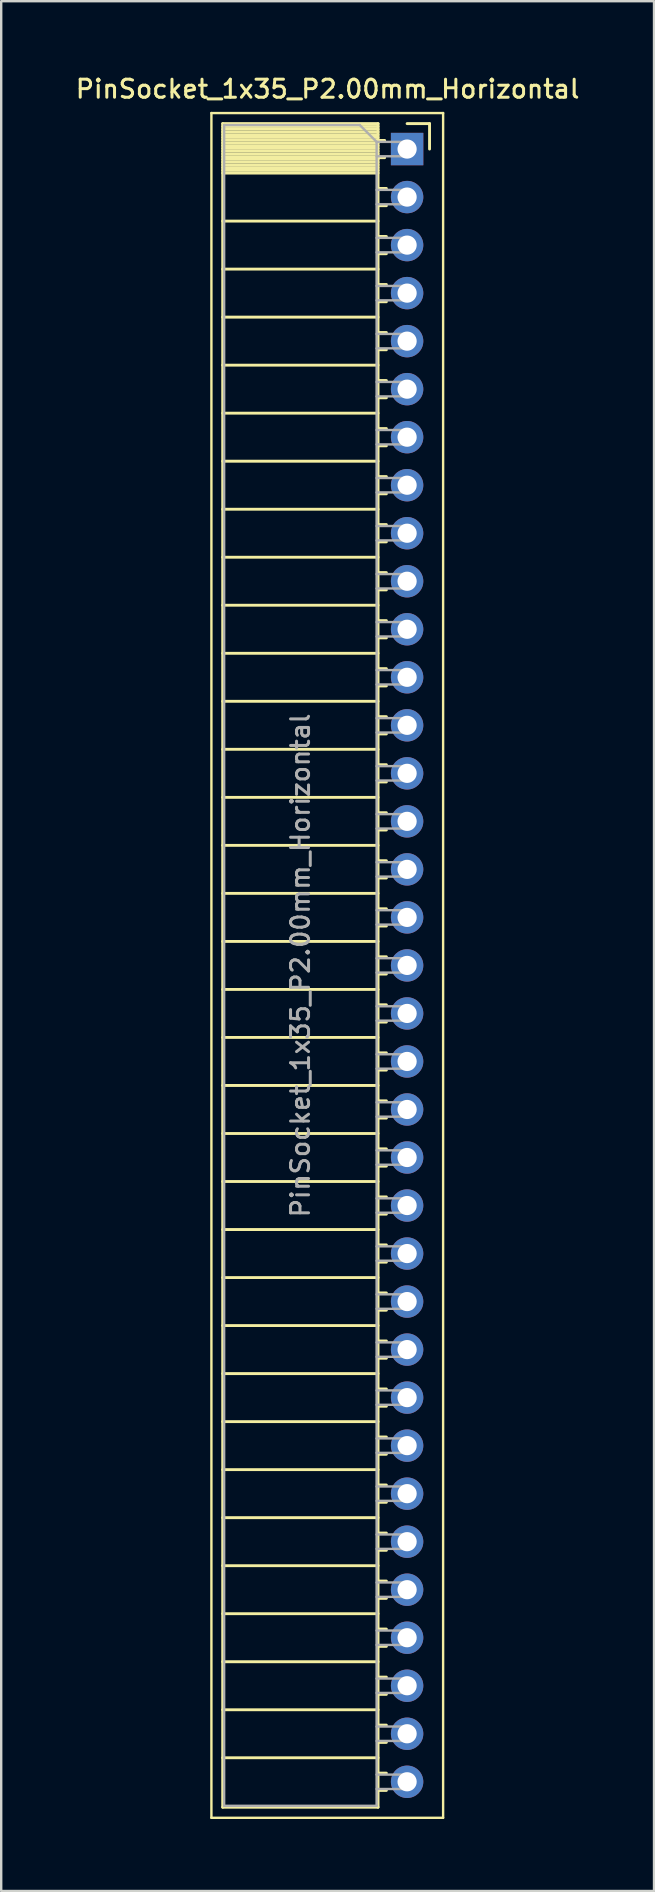
<source format=kicad_pcb>
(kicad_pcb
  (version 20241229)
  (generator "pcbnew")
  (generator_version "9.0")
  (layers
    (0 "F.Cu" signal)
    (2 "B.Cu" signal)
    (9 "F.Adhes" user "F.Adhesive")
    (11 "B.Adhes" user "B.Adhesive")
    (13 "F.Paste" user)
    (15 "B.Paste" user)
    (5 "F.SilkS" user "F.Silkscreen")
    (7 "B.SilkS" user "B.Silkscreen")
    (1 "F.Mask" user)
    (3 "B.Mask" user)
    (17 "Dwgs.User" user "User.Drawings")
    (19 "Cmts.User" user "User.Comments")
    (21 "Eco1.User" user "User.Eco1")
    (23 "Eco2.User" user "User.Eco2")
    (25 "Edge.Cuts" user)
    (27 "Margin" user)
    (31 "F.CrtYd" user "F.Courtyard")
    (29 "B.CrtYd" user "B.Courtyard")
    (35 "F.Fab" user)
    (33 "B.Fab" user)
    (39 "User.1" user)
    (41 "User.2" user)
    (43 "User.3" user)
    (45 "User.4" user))
  (footprint "PinSocket_1x35_P2.00mm_Horizontal"
    (layer "F.Cu")
    (at 13.905 3.158)
    (property "Reference" "PinSocket_1x35_P2.00mm_Horizontal" (at -3.31 -2.5 0) (layer "F.SilkS") (effects (font (size 0.75 0.75) (thickness 0.125))))
    (attr through_hole)
    (fp_line (start -8.15 -1.5) (end -8.15 69.5) (stroke (width 0.1) (type solid)) (layer "F.SilkS"))
    (fp_line (start -8.15 69.5) (end 1.5 69.5) (stroke (width 0.1) (type solid)) (layer "F.SilkS"))
    (fp_line (start -7.68 -1.06) (end -7.68 69.06) (stroke (width 0.12) (type solid)) (layer "F.SilkS"))
    (fp_line (start -7.68 -1.06) (end -1.21 -1.06) (stroke (width 0.12) (type solid)) (layer "F.SilkS"))
    (fp_line (start -7.68 -0.94) (end -1.21 -0.94) (stroke (width 0.12) (type solid)) (layer "F.SilkS"))
    (fp_line (start -7.68 -0.826) (end -1.21 -0.826) (stroke (width 0.12) (type solid)) (layer "F.SilkS"))
    (fp_line (start -7.68 -0.712) (end -1.21 -0.712) (stroke (width 0.12) (type solid)) (layer "F.SilkS"))
    (fp_line (start -7.68 -0.598) (end -1.21 -0.598) (stroke (width 0.12) (type solid)) (layer "F.SilkS"))
    (fp_line (start -7.68 -0.484) (end -1.21 -0.484) (stroke (width 0.12) (type solid)) (layer "F.SilkS"))
    (fp_line (start -7.68 -0.369) (end -1.21 -0.369) (stroke (width 0.12) (type solid)) (layer "F.SilkS"))
    (fp_line (start -7.68 -0.255) (end -1.21 -0.255) (stroke (width 0.12) (type solid)) (layer "F.SilkS"))
    (fp_line (start -7.68 -0.141) (end -1.21 -0.141) (stroke (width 0.12) (type solid)) (layer "F.SilkS"))
    (fp_line (start -7.68 -0.027) (end -1.21 -0.027) (stroke (width 0.12) (type solid)) (layer "F.SilkS"))
    (fp_line (start -7.68 0.087) (end -1.21 0.087) (stroke (width 0.12) (type solid)) (layer "F.SilkS"))
    (fp_line (start -7.68 0.201) (end -1.21 0.201) (stroke (width 0.12) (type solid)) (layer "F.SilkS"))
    (fp_line (start -7.68 0.315) (end -1.21 0.315) (stroke (width 0.12) (type solid)) (layer "F.SilkS"))
    (fp_line (start -7.68 0.429) (end -1.21 0.429) (stroke (width 0.12) (type solid)) (layer "F.SilkS"))
    (fp_line (start -7.68 0.544) (end -1.21 0.544) (stroke (width 0.12) (type solid)) (layer "F.SilkS"))
    (fp_line (start -7.68 0.658) (end -1.21 0.658) (stroke (width 0.12) (type solid)) (layer "F.SilkS"))
    (fp_line (start -7.68 0.772) (end -1.21 0.772) (stroke (width 0.12) (type solid)) (layer "F.SilkS"))
    (fp_line (start -7.68 0.886) (end -1.21 0.886) (stroke (width 0.12) (type solid)) (layer "F.SilkS"))
    (fp_line (start -7.68 1) (end -1.21 1) (stroke (width 0.12) (type solid)) (layer "F.SilkS"))
    (fp_line (start -7.68 3) (end -1.21 3) (stroke (width 0.12) (type solid)) (layer "F.SilkS"))
    (fp_line (start -7.68 5) (end -1.21 5) (stroke (width 0.12) (type solid)) (layer "F.SilkS"))
    (fp_line (start -7.68 7) (end -1.21 7) (stroke (width 0.12) (type solid)) (layer "F.SilkS"))
    (fp_line (start -7.68 9) (end -1.21 9) (stroke (width 0.12) (type solid)) (layer "F.SilkS"))
    (fp_line (start -7.68 11) (end -1.21 11) (stroke (width 0.12) (type solid)) (layer "F.SilkS"))
    (fp_line (start -7.68 13) (end -1.21 13) (stroke (width 0.12) (type solid)) (layer "F.SilkS"))
    (fp_line (start -7.68 15) (end -1.21 15) (stroke (width 0.12) (type solid)) (layer "F.SilkS"))
    (fp_line (start -7.68 17) (end -1.21 17) (stroke (width 0.12) (type solid)) (layer "F.SilkS"))
    (fp_line (start -7.68 19) (end -1.21 19) (stroke (width 0.12) (type solid)) (layer "F.SilkS"))
    (fp_line (start -7.68 21) (end -1.21 21) (stroke (width 0.12) (type solid)) (layer "F.SilkS"))
    (fp_line (start -7.68 23) (end -1.21 23) (stroke (width 0.12) (type solid)) (layer "F.SilkS"))
    (fp_line (start -7.68 25) (end -1.21 25) (stroke (width 0.12) (type solid)) (layer "F.SilkS"))
    (fp_line (start -7.68 27) (end -1.21 27) (stroke (width 0.12) (type solid)) (layer "F.SilkS"))
    (fp_line (start -7.68 29) (end -1.21 29) (stroke (width 0.12) (type solid)) (layer "F.SilkS"))
    (fp_line (start -7.68 31) (end -1.21 31) (stroke (width 0.12) (type solid)) (layer "F.SilkS"))
    (fp_line (start -7.68 33) (end -1.21 33) (stroke (width 0.12) (type solid)) (layer "F.SilkS"))
    (fp_line (start -7.68 35) (end -1.21 35) (stroke (width 0.12) (type solid)) (layer "F.SilkS"))
    (fp_line (start -7.68 37) (end -1.21 37) (stroke (width 0.12) (type solid)) (layer "F.SilkS"))
    (fp_line (start -7.68 39) (end -1.21 39) (stroke (width 0.12) (type solid)) (layer "F.SilkS"))
    (fp_line (start -7.68 41) (end -1.21 41) (stroke (width 0.12) (type solid)) (layer "F.SilkS"))
    (fp_line (start -7.68 43) (end -1.21 43) (stroke (width 0.12) (type solid)) (layer "F.SilkS"))
    (fp_line (start -7.68 45) (end -1.21 45) (stroke (width 0.12) (type solid)) (layer "F.SilkS"))
    (fp_line (start -7.68 47) (end -1.21 47) (stroke (width 0.12) (type solid)) (layer "F.SilkS"))
    (fp_line (start -7.68 49) (end -1.21 49) (stroke (width 0.12) (type solid)) (layer "F.SilkS"))
    (fp_line (start -7.68 51) (end -1.21 51) (stroke (width 0.12) (type solid)) (layer "F.SilkS"))
    (fp_line (start -7.68 53) (end -1.21 53) (stroke (width 0.12) (type solid)) (layer "F.SilkS"))
    (fp_line (start -7.68 55) (end -1.21 55) (stroke (width 0.12) (type solid)) (layer "F.SilkS"))
    (fp_line (start -7.68 57) (end -1.21 57) (stroke (width 0.12) (type solid)) (layer "F.SilkS"))
    (fp_line (start -7.68 59) (end -1.21 59) (stroke (width 0.12) (type solid)) (layer "F.SilkS"))
    (fp_line (start -7.68 61) (end -1.21 61) (stroke (width 0.12) (type solid)) (layer "F.SilkS"))
    (fp_line (start -7.68 63) (end -1.21 63) (stroke (width 0.12) (type solid)) (layer "F.SilkS"))
    (fp_line (start -7.68 65) (end -1.21 65) (stroke (width 0.12) (type solid)) (layer "F.SilkS"))
    (fp_line (start -7.68 67) (end -1.21 67) (stroke (width 0.12) (type solid)) (layer "F.SilkS"))
    (fp_line (start -7.68 69.06) (end -1.21 69.06) (stroke (width 0.12) (type solid)) (layer "F.SilkS"))
    (fp_line (start -1.21 -1.06) (end -1.21 69.06) (stroke (width 0.12) (type solid)) (layer "F.SilkS"))
    (fp_line (start -1.21 -0.36) (end -0.935 -0.36) (stroke (width 0.12) (type solid)) (layer "F.SilkS"))
    (fp_line (start -1.21 0.36) (end -0.935 0.36) (stroke (width 0.12) (type solid)) (layer "F.SilkS"))
    (fp_line (start -1.21 1.64) (end -0.863 1.64) (stroke (width 0.12) (type solid)) (layer "F.SilkS"))
    (fp_line (start -1.21 2.36) (end -0.863 2.36) (stroke (width 0.12) (type solid)) (layer "F.SilkS"))
    (fp_line (start -1.21 3.64) (end -0.863 3.64) (stroke (width 0.12) (type solid)) (layer "F.SilkS"))
    (fp_line (start -1.21 4.36) (end -0.863 4.36) (stroke (width 0.12) (type solid)) (layer "F.SilkS"))
    (fp_line (start -1.21 5.64) (end -0.863 5.64) (stroke (width 0.12) (type solid)) (layer "F.SilkS"))
    (fp_line (start -1.21 6.36) (end -0.863 6.36) (stroke (width 0.12) (type solid)) (layer "F.SilkS"))
    (fp_line (start -1.21 7.64) (end -0.863 7.64) (stroke (width 0.12) (type solid)) (layer "F.SilkS"))
    (fp_line (start -1.21 8.36) (end -0.863 8.36) (stroke (width 0.12) (type solid)) (layer "F.SilkS"))
    (fp_line (start -1.21 9.64) (end -0.863 9.64) (stroke (width 0.12) (type solid)) (layer "F.SilkS"))
    (fp_line (start -1.21 10.36) (end -0.863 10.36) (stroke (width 0.12) (type solid)) (layer "F.SilkS"))
    (fp_line (start -1.21 11.64) (end -0.863 11.64) (stroke (width 0.12) (type solid)) (layer "F.SilkS"))
    (fp_line (start -1.21 12.36) (end -0.863 12.36) (stroke (width 0.12) (type solid)) (layer "F.SilkS"))
    (fp_line (start -1.21 13.64) (end -0.863 13.64) (stroke (width 0.12) (type solid)) (layer "F.SilkS"))
    (fp_line (start -1.21 14.36) (end -0.863 14.36) (stroke (width 0.12) (type solid)) (layer "F.SilkS"))
    (fp_line (start -1.21 15.64) (end -0.863 15.64) (stroke (width 0.12) (type solid)) (layer "F.SilkS"))
    (fp_line (start -1.21 16.36) (end -0.863 16.36) (stroke (width 0.12) (type solid)) (layer "F.SilkS"))
    (fp_line (start -1.21 17.64) (end -0.863 17.64) (stroke (width 0.12) (type solid)) (layer "F.SilkS"))
    (fp_line (start -1.21 18.36) (end -0.863 18.36) (stroke (width 0.12) (type solid)) (layer "F.SilkS"))
    (fp_line (start -1.21 19.64) (end -0.863 19.64) (stroke (width 0.12) (type solid)) (layer "F.SilkS"))
    (fp_line (start -1.21 20.36) (end -0.863 20.36) (stroke (width 0.12) (type solid)) (layer "F.SilkS"))
    (fp_line (start -1.21 21.64) (end -0.863 21.64) (stroke (width 0.12) (type solid)) (layer "F.SilkS"))
    (fp_line (start -1.21 22.36) (end -0.863 22.36) (stroke (width 0.12) (type solid)) (layer "F.SilkS"))
    (fp_line (start -1.21 23.64) (end -0.863 23.64) (stroke (width 0.12) (type solid)) (layer "F.SilkS"))
    (fp_line (start -1.21 24.36) (end -0.863 24.36) (stroke (width 0.12) (type solid)) (layer "F.SilkS"))
    (fp_line (start -1.21 25.64) (end -0.863 25.64) (stroke (width 0.12) (type solid)) (layer "F.SilkS"))
    (fp_line (start -1.21 26.36) (end -0.863 26.36) (stroke (width 0.12) (type solid)) (layer "F.SilkS"))
    (fp_line (start -1.21 27.64) (end -0.863 27.64) (stroke (width 0.12) (type solid)) (layer "F.SilkS"))
    (fp_line (start -1.21 28.36) (end -0.863 28.36) (stroke (width 0.12) (type solid)) (layer "F.SilkS"))
    (fp_line (start -1.21 29.64) (end -0.863 29.64) (stroke (width 0.12) (type solid)) (layer "F.SilkS"))
    (fp_line (start -1.21 30.36) (end -0.863 30.36) (stroke (width 0.12) (type solid)) (layer "F.SilkS"))
    (fp_line (start -1.21 31.64) (end -0.863 31.64) (stroke (width 0.12) (type solid)) (layer "F.SilkS"))
    (fp_line (start -1.21 32.36) (end -0.863 32.36) (stroke (width 0.12) (type solid)) (layer "F.SilkS"))
    (fp_line (start -1.21 33.64) (end -0.863 33.64) (stroke (width 0.12) (type solid)) (layer "F.SilkS"))
    (fp_line (start -1.21 34.36) (end -0.863 34.36) (stroke (width 0.12) (type solid)) (layer "F.SilkS"))
    (fp_line (start -1.21 35.64) (end -0.863 35.64) (stroke (width 0.12) (type solid)) (layer "F.SilkS"))
    (fp_line (start -1.21 36.36) (end -0.863 36.36) (stroke (width 0.12) (type solid)) (layer "F.SilkS"))
    (fp_line (start -1.21 37.64) (end -0.863 37.64) (stroke (width 0.12) (type solid)) (layer "F.SilkS"))
    (fp_line (start -1.21 38.36) (end -0.863 38.36) (stroke (width 0.12) (type solid)) (layer "F.SilkS"))
    (fp_line (start -1.21 39.64) (end -0.863 39.64) (stroke (width 0.12) (type solid)) (layer "F.SilkS"))
    (fp_line (start -1.21 40.36) (end -0.863 40.36) (stroke (width 0.12) (type solid)) (layer "F.SilkS"))
    (fp_line (start -1.21 41.64) (end -0.863 41.64) (stroke (width 0.12) (type solid)) (layer "F.SilkS"))
    (fp_line (start -1.21 42.36) (end -0.863 42.36) (stroke (width 0.12) (type solid)) (layer "F.SilkS"))
    (fp_line (start -1.21 43.64) (end -0.863 43.64) (stroke (width 0.12) (type solid)) (layer "F.SilkS"))
    (fp_line (start -1.21 44.36) (end -0.863 44.36) (stroke (width 0.12) (type solid)) (layer "F.SilkS"))
    (fp_line (start -1.21 45.64) (end -0.863 45.64) (stroke (width 0.12) (type solid)) (layer "F.SilkS"))
    (fp_line (start -1.21 46.36) (end -0.863 46.36) (stroke (width 0.12) (type solid)) (layer "F.SilkS"))
    (fp_line (start -1.21 47.64) (end -0.863 47.64) (stroke (width 0.12) (type solid)) (layer "F.SilkS"))
    (fp_line (start -1.21 48.36) (end -0.863 48.36) (stroke (width 0.12) (type solid)) (layer "F.SilkS"))
    (fp_line (start -1.21 49.64) (end -0.863 49.64) (stroke (width 0.12) (type solid)) (layer "F.SilkS"))
    (fp_line (start -1.21 50.36) (end -0.863 50.36) (stroke (width 0.12) (type solid)) (layer "F.SilkS"))
    (fp_line (start -1.21 51.64) (end -0.863 51.64) (stroke (width 0.12) (type solid)) (layer "F.SilkS"))
    (fp_line (start -1.21 52.36) (end -0.863 52.36) (stroke (width 0.12) (type solid)) (layer "F.SilkS"))
    (fp_line (start -1.21 53.64) (end -0.863 53.64) (stroke (width 0.12) (type solid)) (layer "F.SilkS"))
    (fp_line (start -1.21 54.36) (end -0.863 54.36) (stroke (width 0.12) (type solid)) (layer "F.SilkS"))
    (fp_line (start -1.21 55.64) (end -0.863 55.64) (stroke (width 0.12) (type solid)) (layer "F.SilkS"))
    (fp_line (start -1.21 56.36) (end -0.863 56.36) (stroke (width 0.12) (type solid)) (layer "F.SilkS"))
    (fp_line (start -1.21 57.64) (end -0.863 57.64) (stroke (width 0.12) (type solid)) (layer "F.SilkS"))
    (fp_line (start -1.21 58.36) (end -0.863 58.36) (stroke (width 0.12) (type solid)) (layer "F.SilkS"))
    (fp_line (start -1.21 59.64) (end -0.863 59.64) (stroke (width 0.12) (type solid)) (layer "F.SilkS"))
    (fp_line (start -1.21 60.36) (end -0.863 60.36) (stroke (width 0.12) (type solid)) (layer "F.SilkS"))
    (fp_line (start -1.21 61.64) (end -0.863 61.64) (stroke (width 0.12) (type solid)) (layer "F.SilkS"))
    (fp_line (start -1.21 62.36) (end -0.863 62.36) (stroke (width 0.12) (type solid)) (layer "F.SilkS"))
    (fp_line (start -1.21 63.64) (end -0.863 63.64) (stroke (width 0.12) (type solid)) (layer "F.SilkS"))
    (fp_line (start -1.21 64.36) (end -0.863 64.36) (stroke (width 0.12) (type solid)) (layer "F.SilkS"))
    (fp_line (start -1.21 65.64) (end -0.863 65.64) (stroke (width 0.12) (type solid)) (layer "F.SilkS"))
    (fp_line (start -1.21 66.36) (end -0.863 66.36) (stroke (width 0.12) (type solid)) (layer "F.SilkS"))
    (fp_line (start -1.21 67.64) (end -0.863 67.64) (stroke (width 0.12) (type solid)) (layer "F.SilkS"))
    (fp_line (start -1.21 68.36) (end -0.863 68.36) (stroke (width 0.12) (type solid)) (layer "F.SilkS"))
    (fp_line (start 0 -1.06) (end 0.935 -1.06) (stroke (width 0.12) (type solid)) (layer "F.SilkS"))
    (fp_line (start 0.935 -1.06) (end 0.935 0) (stroke (width 0.12) (type solid)) (layer "F.SilkS"))
    (fp_line (start 1.5 -1.5) (end -8.15 -1.5) (stroke (width 0.1) (type solid)) (layer "F.SilkS"))
    (fp_line (start 1.5 69.5) (end 1.5 -1.5) (stroke (width 0.1) (type solid)) (layer "F.SilkS"))
    (fp_line (start -7.62 -1) (end -1.97 -1) (stroke (width 0.1) (type solid)) (layer "F.Fab"))
    (fp_line (start -7.62 69) (end -7.62 -1) (stroke (width 0.1) (type solid)) (layer "F.Fab"))
    (fp_line (start -1.97 -1) (end -1.27 -0.3) (stroke (width 0.1) (type solid)) (layer "F.Fab"))
    (fp_line (start -1.27 -0.3) (end -1.27 69) (stroke (width 0.1) (type solid)) (layer "F.Fab"))
    (fp_line (start -1.27 0.3) (end 0 0.3) (stroke (width 0.1) (type solid)) (layer "F.Fab"))
    (fp_line (start -1.27 2.3) (end 0 2.3) (stroke (width 0.1) (type solid)) (layer "F.Fab"))
    (fp_line (start -1.27 4.3) (end 0 4.3) (stroke (width 0.1) (type solid)) (layer "F.Fab"))
    (fp_line (start -1.27 6.3) (end 0 6.3) (stroke (width 0.1) (type solid)) (layer "F.Fab"))
    (fp_line (start -1.27 8.3) (end 0 8.3) (stroke (width 0.1) (type solid)) (layer "F.Fab"))
    (fp_line (start -1.27 10.3) (end 0 10.3) (stroke (width 0.1) (type solid)) (layer "F.Fab"))
    (fp_line (start -1.27 12.3) (end 0 12.3) (stroke (width 0.1) (type solid)) (layer "F.Fab"))
    (fp_line (start -1.27 14.3) (end 0 14.3) (stroke (width 0.1) (type solid)) (layer "F.Fab"))
    (fp_line (start -1.27 16.3) (end 0 16.3) (stroke (width 0.1) (type solid)) (layer "F.Fab"))
    (fp_line (start -1.27 18.3) (end 0 18.3) (stroke (width 0.1) (type solid)) (layer "F.Fab"))
    (fp_line (start -1.27 20.3) (end 0 20.3) (stroke (width 0.1) (type solid)) (layer "F.Fab"))
    (fp_line (start -1.27 22.3) (end 0 22.3) (stroke (width 0.1) (type solid)) (layer "F.Fab"))
    (fp_line (start -1.27 24.3) (end 0 24.3) (stroke (width 0.1) (type solid)) (layer "F.Fab"))
    (fp_line (start -1.27 26.3) (end 0 26.3) (stroke (width 0.1) (type solid)) (layer "F.Fab"))
    (fp_line (start -1.27 28.3) (end 0 28.3) (stroke (width 0.1) (type solid)) (layer "F.Fab"))
    (fp_line (start -1.27 30.3) (end 0 30.3) (stroke (width 0.1) (type solid)) (layer "F.Fab"))
    (fp_line (start -1.27 32.3) (end 0 32.3) (stroke (width 0.1) (type solid)) (layer "F.Fab"))
    (fp_line (start -1.27 34.3) (end 0 34.3) (stroke (width 0.1) (type solid)) (layer "F.Fab"))
    (fp_line (start -1.27 36.3) (end 0 36.3) (stroke (width 0.1) (type solid)) (layer "F.Fab"))
    (fp_line (start -1.27 38.3) (end 0 38.3) (stroke (width 0.1) (type solid)) (layer "F.Fab"))
    (fp_line (start -1.27 40.3) (end 0 40.3) (stroke (width 0.1) (type solid)) (layer "F.Fab"))
    (fp_line (start -1.27 42.3) (end 0 42.3) (stroke (width 0.1) (type solid)) (layer "F.Fab"))
    (fp_line (start -1.27 44.3) (end 0 44.3) (stroke (width 0.1) (type solid)) (layer "F.Fab"))
    (fp_line (start -1.27 46.3) (end 0 46.3) (stroke (width 0.1) (type solid)) (layer "F.Fab"))
    (fp_line (start -1.27 48.3) (end 0 48.3) (stroke (width 0.1) (type solid)) (layer "F.Fab"))
    (fp_line (start -1.27 50.3) (end 0 50.3) (stroke (width 0.1) (type solid)) (layer "F.Fab"))
    (fp_line (start -1.27 52.3) (end 0 52.3) (stroke (width 0.1) (type solid)) (layer "F.Fab"))
    (fp_line (start -1.27 54.3) (end 0 54.3) (stroke (width 0.1) (type solid)) (layer "F.Fab"))
    (fp_line (start -1.27 56.3) (end 0 56.3) (stroke (width 0.1) (type solid)) (layer "F.Fab"))
    (fp_line (start -1.27 58.3) (end 0 58.3) (stroke (width 0.1) (type solid)) (layer "F.Fab"))
    (fp_line (start -1.27 60.3) (end 0 60.3) (stroke (width 0.1) (type solid)) (layer "F.Fab"))
    (fp_line (start -1.27 62.3) (end 0 62.3) (stroke (width 0.1) (type solid)) (layer "F.Fab"))
    (fp_line (start -1.27 64.3) (end 0 64.3) (stroke (width 0.1) (type solid)) (layer "F.Fab"))
    (fp_line (start -1.27 66.3) (end 0 66.3) (stroke (width 0.1) (type solid)) (layer "F.Fab"))
    (fp_line (start -1.27 68.3) (end 0 68.3) (stroke (width 0.1) (type solid)) (layer "F.Fab"))
    (fp_line (start -1.27 69) (end -7.62 69) (stroke (width 0.1) (type solid)) (layer "F.Fab"))
    (fp_line (start 0 -0.3) (end -1.27 -0.3) (stroke (width 0.1) (type solid)) (layer "F.Fab"))
    (fp_line (start 0 0.3) (end 0 -0.3) (stroke (width 0.1) (type solid)) (layer "F.Fab"))
    (fp_line (start 0 1.7) (end -1.27 1.7) (stroke (width 0.1) (type solid)) (layer "F.Fab"))
    (fp_line (start 0 2.3) (end 0 1.7) (stroke (width 0.1) (type solid)) (layer "F.Fab"))
    (fp_line (start 0 3.7) (end -1.27 3.7) (stroke (width 0.1) (type solid)) (layer "F.Fab"))
    (fp_line (start 0 4.3) (end 0 3.7) (stroke (width 0.1) (type solid)) (layer "F.Fab"))
    (fp_line (start 0 5.7) (end -1.27 5.7) (stroke (width 0.1) (type solid)) (layer "F.Fab"))
    (fp_line (start 0 6.3) (end 0 5.7) (stroke (width 0.1) (type solid)) (layer "F.Fab"))
    (fp_line (start 0 7.7) (end -1.27 7.7) (stroke (width 0.1) (type solid)) (layer "F.Fab"))
    (fp_line (start 0 8.3) (end 0 7.7) (stroke (width 0.1) (type solid)) (layer "F.Fab"))
    (fp_line (start 0 9.7) (end -1.27 9.7) (stroke (width 0.1) (type solid)) (layer "F.Fab"))
    (fp_line (start 0 10.3) (end 0 9.7) (stroke (width 0.1) (type solid)) (layer "F.Fab"))
    (fp_line (start 0 11.7) (end -1.27 11.7) (stroke (width 0.1) (type solid)) (layer "F.Fab"))
    (fp_line (start 0 12.3) (end 0 11.7) (stroke (width 0.1) (type solid)) (layer "F.Fab"))
    (fp_line (start 0 13.7) (end -1.27 13.7) (stroke (width 0.1) (type solid)) (layer "F.Fab"))
    (fp_line (start 0 14.3) (end 0 13.7) (stroke (width 0.1) (type solid)) (layer "F.Fab"))
    (fp_line (start 0 15.7) (end -1.27 15.7) (stroke (width 0.1) (type solid)) (layer "F.Fab"))
    (fp_line (start 0 16.3) (end 0 15.7) (stroke (width 0.1) (type solid)) (layer "F.Fab"))
    (fp_line (start 0 17.7) (end -1.27 17.7) (stroke (width 0.1) (type solid)) (layer "F.Fab"))
    (fp_line (start 0 18.3) (end 0 17.7) (stroke (width 0.1) (type solid)) (layer "F.Fab"))
    (fp_line (start 0 19.7) (end -1.27 19.7) (stroke (width 0.1) (type solid)) (layer "F.Fab"))
    (fp_line (start 0 20.3) (end 0 19.7) (stroke (width 0.1) (type solid)) (layer "F.Fab"))
    (fp_line (start 0 21.7) (end -1.27 21.7) (stroke (width 0.1) (type solid)) (layer "F.Fab"))
    (fp_line (start 0 22.3) (end 0 21.7) (stroke (width 0.1) (type solid)) (layer "F.Fab"))
    (fp_line (start 0 23.7) (end -1.27 23.7) (stroke (width 0.1) (type solid)) (layer "F.Fab"))
    (fp_line (start 0 24.3) (end 0 23.7) (stroke (width 0.1) (type solid)) (layer "F.Fab"))
    (fp_line (start 0 25.7) (end -1.27 25.7) (stroke (width 0.1) (type solid)) (layer "F.Fab"))
    (fp_line (start 0 26.3) (end 0 25.7) (stroke (width 0.1) (type solid)) (layer "F.Fab"))
    (fp_line (start 0 27.7) (end -1.27 27.7) (stroke (width 0.1) (type solid)) (layer "F.Fab"))
    (fp_line (start 0 28.3) (end 0 27.7) (stroke (width 0.1) (type solid)) (layer "F.Fab"))
    (fp_line (start 0 29.7) (end -1.27 29.7) (stroke (width 0.1) (type solid)) (layer "F.Fab"))
    (fp_line (start 0 30.3) (end 0 29.7) (stroke (width 0.1) (type solid)) (layer "F.Fab"))
    (fp_line (start 0 31.7) (end -1.27 31.7) (stroke (width 0.1) (type solid)) (layer "F.Fab"))
    (fp_line (start 0 32.3) (end 0 31.7) (stroke (width 0.1) (type solid)) (layer "F.Fab"))
    (fp_line (start 0 33.7) (end -1.27 33.7) (stroke (width 0.1) (type solid)) (layer "F.Fab"))
    (fp_line (start 0 34.3) (end 0 33.7) (stroke (width 0.1) (type solid)) (layer "F.Fab"))
    (fp_line (start 0 35.7) (end -1.27 35.7) (stroke (width 0.1) (type solid)) (layer "F.Fab"))
    (fp_line (start 0 36.3) (end 0 35.7) (stroke (width 0.1) (type solid)) (layer "F.Fab"))
    (fp_line (start 0 37.7) (end -1.27 37.7) (stroke (width 0.1) (type solid)) (layer "F.Fab"))
    (fp_line (start 0 38.3) (end 0 37.7) (stroke (width 0.1) (type solid)) (layer "F.Fab"))
    (fp_line (start 0 39.7) (end -1.27 39.7) (stroke (width 0.1) (type solid)) (layer "F.Fab"))
    (fp_line (start 0 40.3) (end 0 39.7) (stroke (width 0.1) (type solid)) (layer "F.Fab"))
    (fp_line (start 0 41.7) (end -1.27 41.7) (stroke (width 0.1) (type solid)) (layer "F.Fab"))
    (fp_line (start 0 42.3) (end 0 41.7) (stroke (width 0.1) (type solid)) (layer "F.Fab"))
    (fp_line (start 0 43.7) (end -1.27 43.7) (stroke (width 0.1) (type solid)) (layer "F.Fab"))
    (fp_line (start 0 44.3) (end 0 43.7) (stroke (width 0.1) (type solid)) (layer "F.Fab"))
    (fp_line (start 0 45.7) (end -1.27 45.7) (stroke (width 0.1) (type solid)) (layer "F.Fab"))
    (fp_line (start 0 46.3) (end 0 45.7) (stroke (width 0.1) (type solid)) (layer "F.Fab"))
    (fp_line (start 0 47.7) (end -1.27 47.7) (stroke (width 0.1) (type solid)) (layer "F.Fab"))
    (fp_line (start 0 48.3) (end 0 47.7) (stroke (width 0.1) (type solid)) (layer "F.Fab"))
    (fp_line (start 0 49.7) (end -1.27 49.7) (stroke (width 0.1) (type solid)) (layer "F.Fab"))
    (fp_line (start 0 50.3) (end 0 49.7) (stroke (width 0.1) (type solid)) (layer "F.Fab"))
    (fp_line (start 0 51.7) (end -1.27 51.7) (stroke (width 0.1) (type solid)) (layer "F.Fab"))
    (fp_line (start 0 52.3) (end 0 51.7) (stroke (width 0.1) (type solid)) (layer "F.Fab"))
    (fp_line (start 0 53.7) (end -1.27 53.7) (stroke (width 0.1) (type solid)) (layer "F.Fab"))
    (fp_line (start 0 54.3) (end 0 53.7) (stroke (width 0.1) (type solid)) (layer "F.Fab"))
    (fp_line (start 0 55.7) (end -1.27 55.7) (stroke (width 0.1) (type solid)) (layer "F.Fab"))
    (fp_line (start 0 56.3) (end 0 55.7) (stroke (width 0.1) (type solid)) (layer "F.Fab"))
    (fp_line (start 0 57.7) (end -1.27 57.7) (stroke (width 0.1) (type solid)) (layer "F.Fab"))
    (fp_line (start 0 58.3) (end 0 57.7) (stroke (width 0.1) (type solid)) (layer "F.Fab"))
    (fp_line (start 0 59.7) (end -1.27 59.7) (stroke (width 0.1) (type solid)) (layer "F.Fab"))
    (fp_line (start 0 60.3) (end 0 59.7) (stroke (width 0.1) (type solid)) (layer "F.Fab"))
    (fp_line (start 0 61.7) (end -1.27 61.7) (stroke (width 0.1) (type solid)) (layer "F.Fab"))
    (fp_line (start 0 62.3) (end 0 61.7) (stroke (width 0.1) (type solid)) (layer "F.Fab"))
    (fp_line (start 0 63.7) (end -1.27 63.7) (stroke (width 0.1) (type solid)) (layer "F.Fab"))
    (fp_line (start 0 64.3) (end 0 63.7) (stroke (width 0.1) (type solid)) (layer "F.Fab"))
    (fp_line (start 0 65.7) (end -1.27 65.7) (stroke (width 0.1) (type solid)) (layer "F.Fab"))
    (fp_line (start 0 66.3) (end 0 65.7) (stroke (width 0.1) (type solid)) (layer "F.Fab"))
    (fp_line (start 0 67.7) (end -1.27 67.7) (stroke (width 0.1) (type solid)) (layer "F.Fab"))
    (fp_line (start 0 68.3) (end 0 67.7) (stroke (width 0.1) (type solid)) (layer "F.Fab"))
    (fp_text user "${REFERENCE}" (at -4.445 34 90) (layer "F.Fab") (effects (font (size 0.75 0.75) (thickness 0.125))))
    (pad "1" thru_hole rect (at 0 0) (size 1.35 1.35) (drill 0.8) (layers "*.Cu" "*.Mask"))
    (pad "2" thru_hole oval (at 0 2) (size 1.35 1.35) (drill 0.8) (layers "*.Cu" "*.Mask"))
    (pad "3" thru_hole oval (at 0 4) (size 1.35 1.35) (drill 0.8) (layers "*.Cu" "*.Mask"))
    (pad "4" thru_hole oval (at 0 6) (size 1.35 1.35) (drill 0.8) (layers "*.Cu" "*.Mask"))
    (pad "5" thru_hole oval (at 0 8) (size 1.35 1.35) (drill 0.8) (layers "*.Cu" "*.Mask"))
    (pad "6" thru_hole oval (at 0 10) (size 1.35 1.35) (drill 0.8) (layers "*.Cu" "*.Mask"))
    (pad "7" thru_hole oval (at 0 12) (size 1.35 1.35) (drill 0.8) (layers "*.Cu" "*.Mask"))
    (pad "8" thru_hole oval (at 0 14) (size 1.35 1.35) (drill 0.8) (layers "*.Cu" "*.Mask"))
    (pad "9" thru_hole oval (at 0 16) (size 1.35 1.35) (drill 0.8) (layers "*.Cu" "*.Mask"))
    (pad "10" thru_hole oval (at 0 18) (size 1.35 1.35) (drill 0.8) (layers "*.Cu" "*.Mask"))
    (pad "11" thru_hole oval (at 0 20) (size 1.35 1.35) (drill 0.8) (layers "*.Cu" "*.Mask"))
    (pad "12" thru_hole oval (at 0 22) (size 1.35 1.35) (drill 0.8) (layers "*.Cu" "*.Mask"))
    (pad "13" thru_hole oval (at 0 24) (size 1.35 1.35) (drill 0.8) (layers "*.Cu" "*.Mask"))
    (pad "14" thru_hole oval (at 0 26) (size 1.35 1.35) (drill 0.8) (layers "*.Cu" "*.Mask"))
    (pad "15" thru_hole oval (at 0 28) (size 1.35 1.35) (drill 0.8) (layers "*.Cu" "*.Mask"))
    (pad "16" thru_hole oval (at 0 30) (size 1.35 1.35) (drill 0.8) (layers "*.Cu" "*.Mask"))
    (pad "17" thru_hole oval (at 0 32) (size 1.35 1.35) (drill 0.8) (layers "*.Cu" "*.Mask"))
    (pad "18" thru_hole oval (at 0 34) (size 1.35 1.35) (drill 0.8) (layers "*.Cu" "*.Mask"))
    (pad "19" thru_hole oval (at 0 36) (size 1.35 1.35) (drill 0.8) (layers "*.Cu" "*.Mask"))
    (pad "20" thru_hole oval (at 0 38) (size 1.35 1.35) (drill 0.8) (layers "*.Cu" "*.Mask"))
    (pad "21" thru_hole oval (at 0 40) (size 1.35 1.35) (drill 0.8) (layers "*.Cu" "*.Mask"))
    (pad "22" thru_hole oval (at 0 42) (size 1.35 1.35) (drill 0.8) (layers "*.Cu" "*.Mask"))
    (pad "23" thru_hole oval (at 0 44) (size 1.35 1.35) (drill 0.8) (layers "*.Cu" "*.Mask"))
    (pad "24" thru_hole oval (at 0 46) (size 1.35 1.35) (drill 0.8) (layers "*.Cu" "*.Mask"))
    (pad "25" thru_hole oval (at 0 48) (size 1.35 1.35) (drill 0.8) (layers "*.Cu" "*.Mask"))
    (pad "26" thru_hole oval (at 0 50) (size 1.35 1.35) (drill 0.8) (layers "*.Cu" "*.Mask"))
    (pad "27" thru_hole oval (at 0 52) (size 1.35 1.35) (drill 0.8) (layers "*.Cu" "*.Mask"))
    (pad "28" thru_hole oval (at 0 54) (size 1.35 1.35) (drill 0.8) (layers "*.Cu" "*.Mask"))
    (pad "29" thru_hole oval (at 0 56) (size 1.35 1.35) (drill 0.8) (layers "*.Cu" "*.Mask"))
    (pad "30" thru_hole oval (at 0 58) (size 1.35 1.35) (drill 0.8) (layers "*.Cu" "*.Mask"))
    (pad "31" thru_hole oval (at 0 60) (size 1.35 1.35) (drill 0.8) (layers "*.Cu" "*.Mask"))
    (pad "32" thru_hole oval (at 0 62) (size 1.35 1.35) (drill 0.8) (layers "*.Cu" "*.Mask"))
    (pad "33" thru_hole oval (at 0 64) (size 1.35 1.35) (drill 0.8) (layers "*.Cu" "*.Mask"))
    (pad "34" thru_hole oval (at 0 66) (size 1.35 1.35) (drill 0.8) (layers "*.Cu" "*.Mask"))
    (pad "35" thru_hole oval (at 0 68) (size 1.35 1.35) (drill 0.8) (layers "*.Cu" "*.Mask")))
  (gr_rect
    (start -3 -3)
    (end 24.189 75.708)
    (stroke (width 0.1) (type default))
    (fill no)
    (layer "Edge.Cuts")))
</source>
